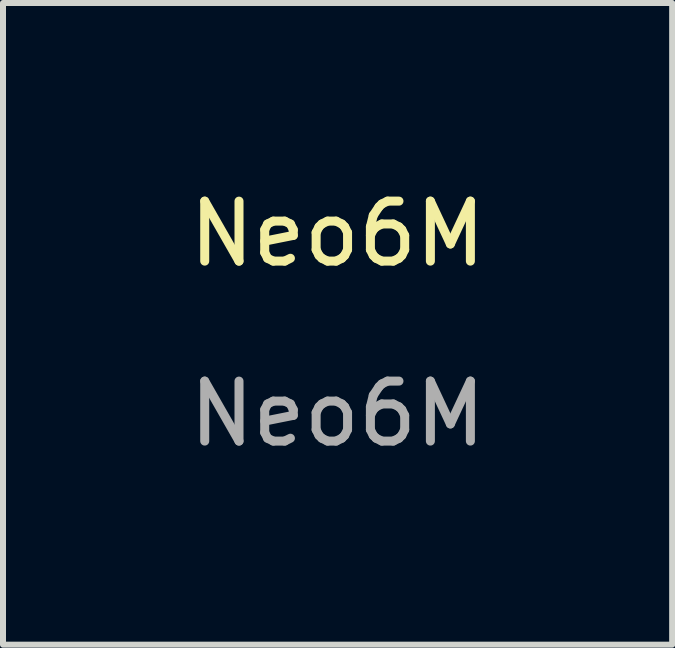
<source format=kicad_pcb>
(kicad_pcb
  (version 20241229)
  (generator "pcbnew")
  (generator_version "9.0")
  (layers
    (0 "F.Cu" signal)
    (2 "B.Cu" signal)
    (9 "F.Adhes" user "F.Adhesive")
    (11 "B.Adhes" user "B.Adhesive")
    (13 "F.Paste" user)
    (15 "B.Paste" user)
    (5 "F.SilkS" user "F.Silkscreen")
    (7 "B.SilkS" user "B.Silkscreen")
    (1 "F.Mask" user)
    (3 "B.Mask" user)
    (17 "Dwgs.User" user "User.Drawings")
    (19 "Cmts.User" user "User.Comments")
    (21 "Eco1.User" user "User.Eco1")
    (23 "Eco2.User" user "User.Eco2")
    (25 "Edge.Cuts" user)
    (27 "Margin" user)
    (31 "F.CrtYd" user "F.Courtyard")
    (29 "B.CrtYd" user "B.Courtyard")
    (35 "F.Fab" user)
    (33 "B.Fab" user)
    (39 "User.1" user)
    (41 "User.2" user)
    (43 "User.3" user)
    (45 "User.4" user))
  (footprint "Neo6M"
    (layer "F.Cu")
    (at 2.577 1.348)
    (property "Reference" "Neo6M" (at 0 -0.5 0) (unlocked yes) (layer "F.SilkS") (effects (font (size 1 1) (thickness 0.15))))
    (attr through_hole)
    (fp_text user "${REFERENCE}" (at 0 2.5 0) (unlocked yes) (layer "F.Fab") (effects (font (size 1 1) (thickness 0.15)))))
  (gr_rect
    (start -3 -3)
    (end 8.155 7.697)
    (stroke (width 0.1) (type default))
    (fill no)
    (layer "Edge.Cuts")))
</source>
